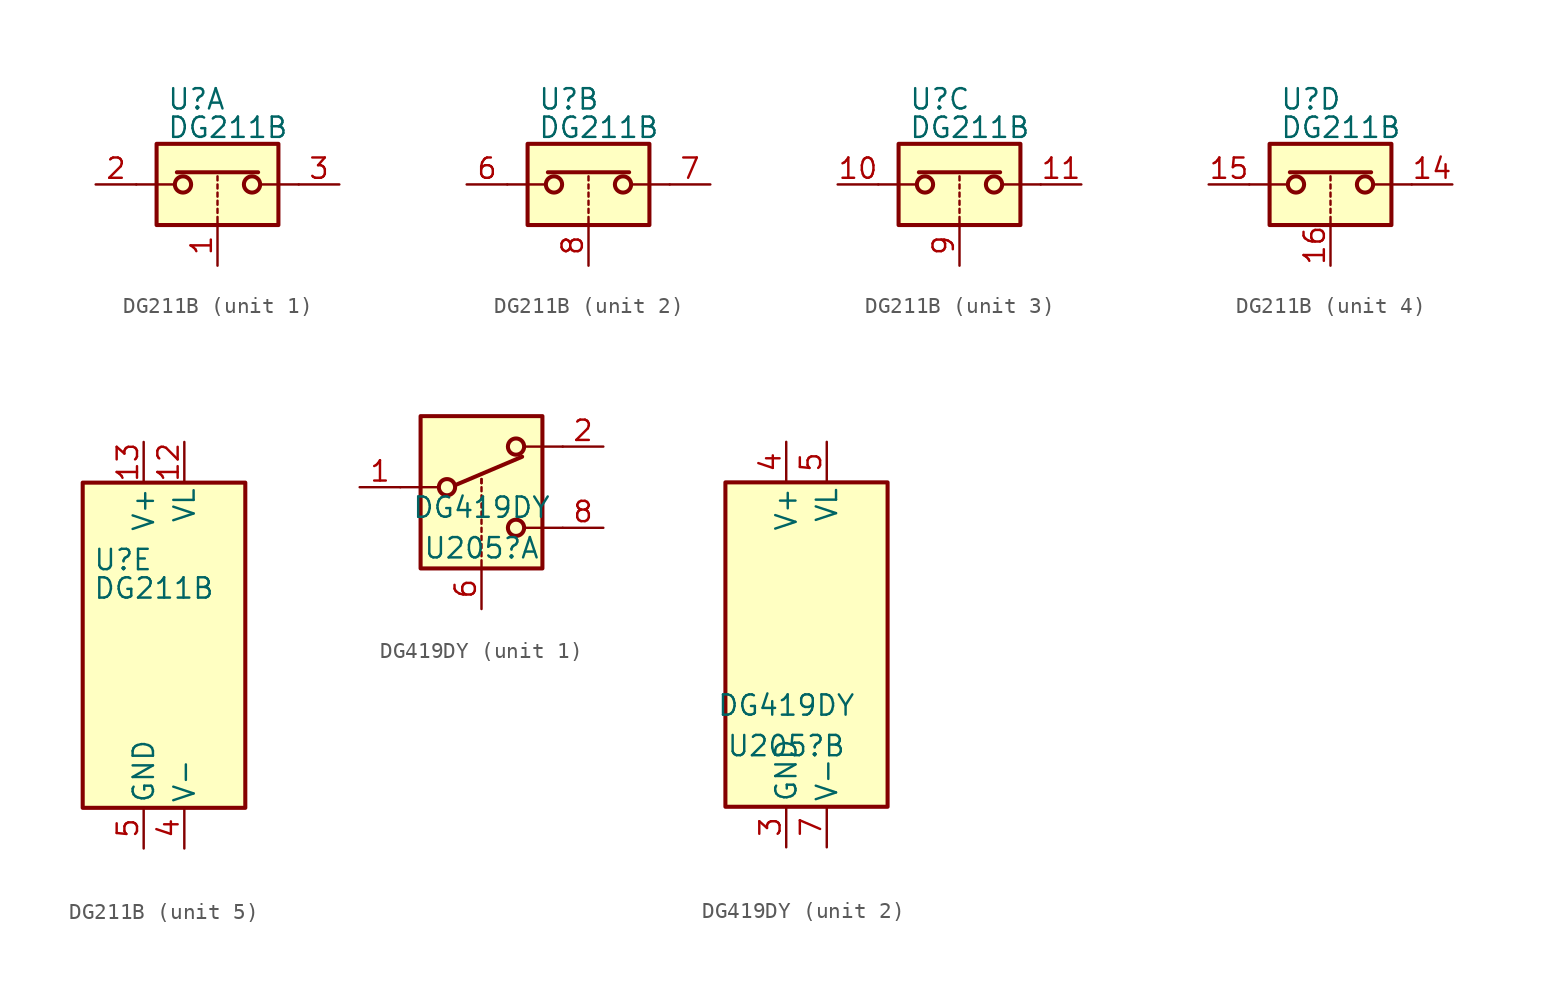
<source format=kicad_sym>
(kicad_symbol_lib
  (version 20201005)
  (generator kicad_symbol_editor)
  (symbol "MSAD2103:DG211B"
    (pin_names
      (offset 0.254))
    (property "Reference" "U"
      (at -3.175 5.334 0)
      (effects (font (size 1.27 1.27)) (justify left)))
    (property "Value" "DG211B"
      (at -3.175 3.556 0)
      (effects (font (size 1.27 1.27)) (justify left)))
    (property "ki_locked" ""
      (at 0 0 0)
      (effects (font (size 1.27 1.27))))
    (symbol "DG211B_1_1"
      (circle (center -2.159 0) (radius 0.508) (stroke (width 0.254)) (fill (type none)))
      (circle (center 2.159 0) (radius 0.508) (stroke (width 0.254)) (fill (type none)))
      (rectangle (start -3.81 2.54) (end 3.81 -2.54) (stroke (width 0.254)) (fill (type background)))
      (polyline (pts (xy -5.08 0) (xy -2.794 0)) (stroke (width 0)) (fill (type none)))
      (polyline (pts (xy -2.54 0.762) (xy 2.54 0.762)) (stroke (width 0.254)) (fill (type none)))
      (polyline (pts (xy 0 -2.54) (xy 0 -2.032)) (stroke (width 0)) (fill (type none)))
      (polyline (pts (xy 0 -1.778) (xy 0 -1.524)) (stroke (width 0)) (fill (type none)))
      (polyline (pts (xy 0 -1.27) (xy 0 -1.016)) (stroke (width 0)) (fill (type none)))
      (polyline (pts (xy 0 -0.762) (xy 0 -0.508)) (stroke (width 0)) (fill (type none)))
      (polyline (pts (xy 0 -0.254) (xy 0 0)) (stroke (width 0)) (fill (type none)))
      (polyline (pts (xy 0 0.254) (xy 0 0.508)) (stroke (width 0)) (fill (type none)))
      (polyline (pts (xy 5.08 0) (xy 2.794 0)) (stroke (width 0)) (fill (type none)))
      (pin input line (at 0 -5.08 90) (length 2.54) (name "~" (effects (font (size 1.27 1.27)))) (number "1" (effects (font (size 1.27 1.27)))))
      (pin passive line (at -7.62 0 0) (length 2.54) (name "~" (effects (font (size 1.27 1.27)))) (number "2" (effects (font (size 1.27 1.27)))))
      (pin passive line (at 7.62 0 180) (length 2.54) (name "~" (effects (font (size 1.27 1.27)))) (number "3" (effects (font (size 1.27 1.27))))))
    (symbol "DG211B_2_1"
      (circle (center -2.159 0) (radius 0.508) (stroke (width 0.254)) (fill (type none)))
      (circle (center 2.159 0) (radius 0.508) (stroke (width 0.254)) (fill (type none)))
      (rectangle (start -3.81 2.54) (end 3.81 -2.54) (stroke (width 0.254)) (fill (type background)))
      (polyline (pts (xy -5.08 0) (xy -2.794 0)) (stroke (width 0)) (fill (type none)))
      (polyline (pts (xy -2.54 0.762) (xy 2.54 0.762)) (stroke (width 0.254)) (fill (type none)))
      (polyline (pts (xy 0 -2.54) (xy 0 -2.032)) (stroke (width 0)) (fill (type none)))
      (polyline (pts (xy 0 -1.778) (xy 0 -1.524)) (stroke (width 0)) (fill (type none)))
      (polyline (pts (xy 0 -1.27) (xy 0 -1.016)) (stroke (width 0)) (fill (type none)))
      (polyline (pts (xy 0 -0.762) (xy 0 -0.508)) (stroke (width 0)) (fill (type none)))
      (polyline (pts (xy 0 -0.254) (xy 0 0)) (stroke (width 0)) (fill (type none)))
      (polyline (pts (xy 0 0.254) (xy 0 0.508)) (stroke (width 0)) (fill (type none)))
      (polyline (pts (xy 5.08 0) (xy 2.794 0)) (stroke (width 0)) (fill (type none)))
      (pin passive line (at -7.62 0 0) (length 2.54) (name "~" (effects (font (size 1.27 1.27)))) (number "6" (effects (font (size 1.27 1.27)))))
      (pin passive line (at 7.62 0 180) (length 2.54) (name "~" (effects (font (size 1.27 1.27)))) (number "7" (effects (font (size 1.27 1.27)))))
      (pin input line (at 0 -5.08 90) (length 2.54) (name "~" (effects (font (size 1.27 1.27)))) (number "8" (effects (font (size 1.27 1.27))))))
    (symbol "DG211B_3_1"
      (circle (center -2.159 0) (radius 0.508) (stroke (width 0.254)) (fill (type none)))
      (circle (center 2.159 0) (radius 0.508) (stroke (width 0.254)) (fill (type none)))
      (rectangle (start -3.81 2.54) (end 3.81 -2.54) (stroke (width 0.254)) (fill (type background)))
      (polyline (pts (xy -5.08 0) (xy -2.794 0)) (stroke (width 0)) (fill (type none)))
      (polyline (pts (xy -2.54 0.762) (xy 2.54 0.762)) (stroke (width 0.254)) (fill (type none)))
      (polyline (pts (xy 0 -2.54) (xy 0 -2.032)) (stroke (width 0)) (fill (type none)))
      (polyline (pts (xy 0 -1.778) (xy 0 -1.524)) (stroke (width 0)) (fill (type none)))
      (polyline (pts (xy 0 -1.27) (xy 0 -1.016)) (stroke (width 0)) (fill (type none)))
      (polyline (pts (xy 0 -0.762) (xy 0 -0.508)) (stroke (width 0)) (fill (type none)))
      (polyline (pts (xy 0 -0.254) (xy 0 0)) (stroke (width 0)) (fill (type none)))
      (polyline (pts (xy 0 0.254) (xy 0 0.508)) (stroke (width 0)) (fill (type none)))
      (polyline (pts (xy 5.08 0) (xy 2.794 0)) (stroke (width 0)) (fill (type none)))
      (pin passive line (at -7.62 0 0) (length 2.54) (name "~" (effects (font (size 1.27 1.27)))) (number "10" (effects (font (size 1.27 1.27)))))
      (pin passive line (at 7.62 0 180) (length 2.54) (name "~" (effects (font (size 1.27 1.27)))) (number "11" (effects (font (size 1.27 1.27)))))
      (pin input line (at 0 -5.08 90) (length 2.54) (name "~" (effects (font (size 1.27 1.27)))) (number "9" (effects (font (size 1.27 1.27))))))
    (symbol "DG211B_4_1"
      (circle (center -2.159 0) (radius 0.508) (stroke (width 0.254)) (fill (type none)))
      (circle (center 2.159 0) (radius 0.508) (stroke (width 0.254)) (fill (type none)))
      (rectangle (start -3.81 2.54) (end 3.81 -2.54) (stroke (width 0.254)) (fill (type background)))
      (polyline (pts (xy -5.08 0) (xy -2.794 0)) (stroke (width 0)) (fill (type none)))
      (polyline (pts (xy -2.54 0.762) (xy 2.54 0.762)) (stroke (width 0.254)) (fill (type none)))
      (polyline (pts (xy 0 -2.54) (xy 0 -2.032)) (stroke (width 0)) (fill (type none)))
      (polyline (pts (xy 0 -1.778) (xy 0 -1.524)) (stroke (width 0)) (fill (type none)))
      (polyline (pts (xy 0 -1.27) (xy 0 -1.016)) (stroke (width 0)) (fill (type none)))
      (polyline (pts (xy 0 -0.762) (xy 0 -0.508)) (stroke (width 0)) (fill (type none)))
      (polyline (pts (xy 0 -0.254) (xy 0 0)) (stroke (width 0)) (fill (type none)))
      (polyline (pts (xy 0 0.254) (xy 0 0.508)) (stroke (width 0)) (fill (type none)))
      (polyline (pts (xy 5.08 0) (xy 2.794 0)) (stroke (width 0)) (fill (type none)))
      (pin passive line (at 7.62 0 180) (length 2.54) (name "~" (effects (font (size 1.27 1.27)))) (number "14" (effects (font (size 1.27 1.27)))))
      (pin passive line (at -7.62 0 0) (length 2.54) (name "~" (effects (font (size 1.27 1.27)))) (number "15" (effects (font (size 1.27 1.27)))))
      (pin input line (at 0 -5.08 90) (length 2.54) (name "~" (effects (font (size 1.27 1.27)))) (number "16" (effects (font (size 1.27 1.27))))))
    (symbol "DG211B_5_0"
      (pin power_in line (at 2.54 12.7 270) (length 2.54) (name "VL" (effects (font (size 1.27 1.27)))) (number "12" (effects (font (size 1.27 1.27)))))
      (pin power_in line (at 0 12.7 270) (length 2.54) (name "V+" (effects (font (size 1.27 1.27)))) (number "13" (effects (font (size 1.27 1.27)))))
      (pin power_in line (at 2.54 -12.7 90) (length 2.54) (name "V-" (effects (font (size 1.27 1.27)))) (number "4" (effects (font (size 1.27 1.27)))))
      (pin power_in line (at 0 -12.7 90) (length 2.54) (name "GND" (effects (font (size 1.27 1.27)))) (number "5" (effects (font (size 1.27 1.27))))))
    (symbol "DG211B_5_1"
      (rectangle (start -3.81 10.16) (end 6.35 -10.16) (stroke (width 0.254)) (fill (type background)))))
  (symbol "MSAD2103:DG419DY"
    (pin_names
      (offset 0.254))
    (property "Reference" "U205"
      (at 0 -6.35 0)
      (effects (font (size 1.27 1.27))))
    (property "Value" "DG419DY"
      (at 0 -3.81 0)
      (effects (font (size 1.27 1.27))))
    (property "ki_locked" ""
      (at 0 0 0)
      (effects (font (size 1.27 1.27))))
    (symbol "DG419DY_1_1"
      (circle (center -2.159 -2.54) (radius 0.508) (stroke (width 0.254)) (fill (type none)))
      (circle (center 2.159 -5.08) (radius 0.508) (stroke (width 0.254)) (fill (type none)))
      (circle (center 2.159 0) (radius 0.508) (stroke (width 0.254)) (fill (type none)))
      (rectangle (start -3.81 1.905) (end 3.81 -7.62) (stroke (width 0.254)) (fill (type background)))
      (polyline (pts (xy -5.08 -2.54) (xy -2.794 -2.54)) (stroke (width 0)) (fill (type none)))
      (polyline (pts (xy -1.651 -2.413) (xy 2.54 -0.635)) (stroke (width 0.254)) (fill (type none)))
      (polyline (pts (xy 0 -7.62) (xy 0 -7.112)) (stroke (width 0)) (fill (type none)))
      (polyline (pts (xy 0 -6.858) (xy 0 -6.604)) (stroke (width 0)) (fill (type none)))
      (polyline (pts (xy 0 -6.35) (xy 0 -6.096)) (stroke (width 0)) (fill (type none)))
      (polyline (pts (xy 0 -5.842) (xy 0 -5.588)) (stroke (width 0)) (fill (type none)))
      (polyline (pts (xy 0 -5.334) (xy 0 -5.08)) (stroke (width 0)) (fill (type none)))
      (polyline (pts (xy 0 -4.826) (xy 0 -4.572)) (stroke (width 0)) (fill (type none)))
      (polyline (pts (xy 0 -4.318) (xy 0 -4.064)) (stroke (width 0)) (fill (type none)))
      (polyline (pts (xy 0 -3.81) (xy 0 -3.556)) (stroke (width 0)) (fill (type none)))
      (polyline (pts (xy 0 -3.302) (xy 0 -3.048)) (stroke (width 0)) (fill (type none)))
      (polyline (pts (xy 0 -2.794) (xy 0 -2.54)) (stroke (width 0)) (fill (type none)))
      (polyline (pts (xy 0 -2.286) (xy 0 -2.032)) (stroke (width 0)) (fill (type none)))
      (polyline (pts (xy 0 -2.286) (xy 0 -2.032)) (stroke (width 0)) (fill (type none)))
      (polyline (pts (xy 5.08 -5.08) (xy 2.794 -5.08)) (stroke (width 0)) (fill (type none)))
      (polyline (pts (xy 5.08 0) (xy 2.794 0)) (stroke (width 0)) (fill (type none)))
      (pin passive line (at -7.62 -2.54 0) (length 2.54) (name "~" (effects (font (size 1.27 1.27)))) (number "1" (effects (font (size 1.27 1.27)))))
      (pin passive line (at 7.62 0 180) (length 2.54) (name "~" (effects (font (size 1.27 1.27)))) (number "2" (effects (font (size 1.27 1.27)))))
      (pin input line (at 0 -10.16 90) (length 2.54) (name "~" (effects (font (size 1.27 1.27)))) (number "6" (effects (font (size 1.27 1.27)))))
      (pin passive line (at 7.62 -5.08 180) (length 2.54) (name "~" (effects (font (size 1.27 1.27)))) (number "8" (effects (font (size 1.27 1.27))))))
    (symbol "DG419DY_2_0"
      (pin power_in line (at 0 -12.7 90) (length 2.54) (name "GND" (effects (font (size 1.27 1.27)))) (number "3" (effects (font (size 1.27 1.27)))))
      (pin power_in line (at 0 12.7 270) (length 2.54) (name "V+" (effects (font (size 1.27 1.27)))) (number "4" (effects (font (size 1.27 1.27)))))
      (pin power_in line (at 2.54 12.7 270) (length 2.54) (name "VL" (effects (font (size 1.27 1.27)))) (number "5" (effects (font (size 1.27 1.27)))))
      (pin power_in line (at 2.54 -12.7 90) (length 2.54) (name "V-" (effects (font (size 1.27 1.27)))) (number "7" (effects (font (size 1.27 1.27))))))
    (symbol "DG419DY_2_1"
      (rectangle (start -3.81 10.16) (end 6.35 -10.16) (stroke (width 0.254)) (fill (type background))))))
</source>
